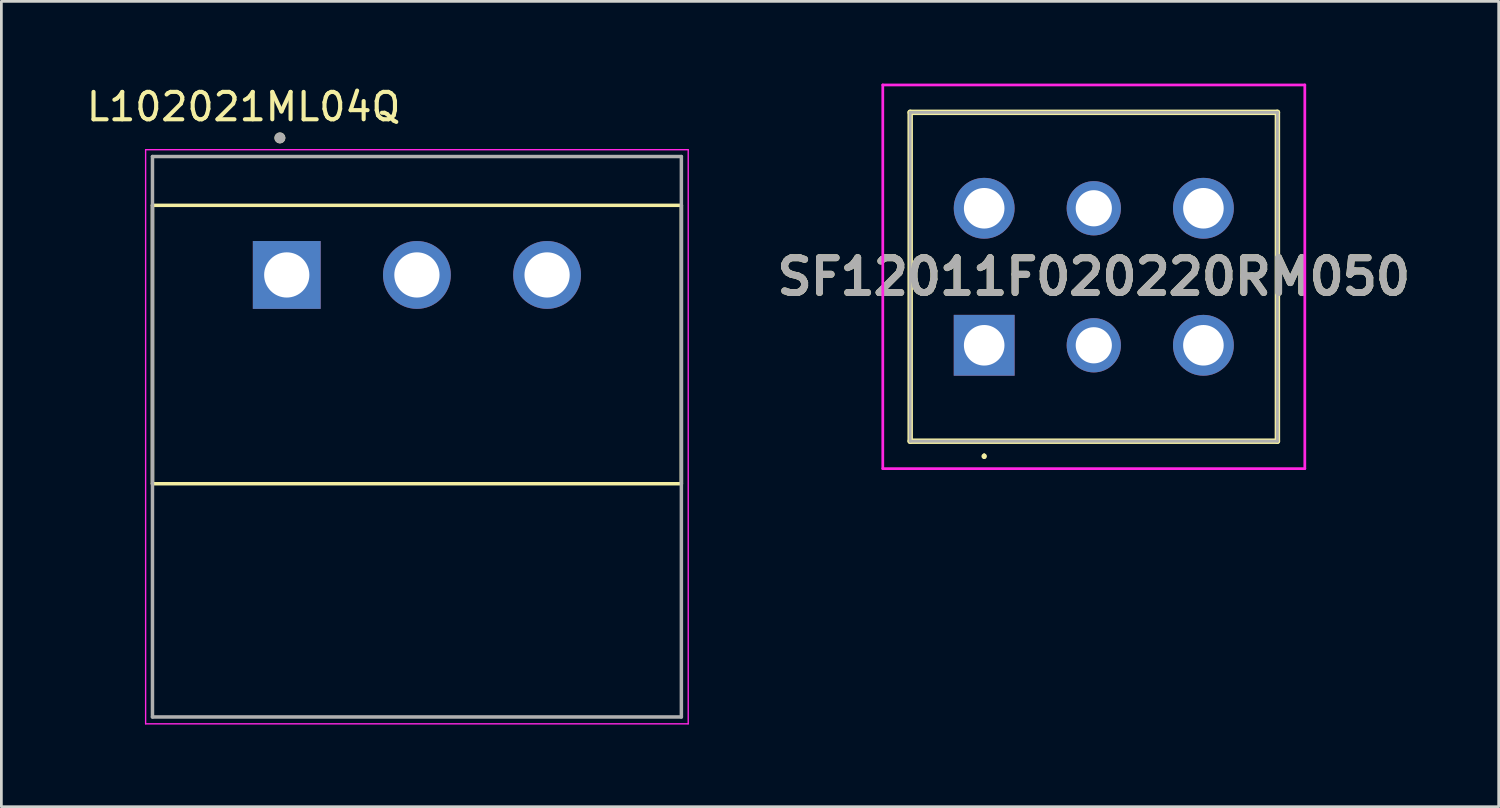
<source format=kicad_pcb>
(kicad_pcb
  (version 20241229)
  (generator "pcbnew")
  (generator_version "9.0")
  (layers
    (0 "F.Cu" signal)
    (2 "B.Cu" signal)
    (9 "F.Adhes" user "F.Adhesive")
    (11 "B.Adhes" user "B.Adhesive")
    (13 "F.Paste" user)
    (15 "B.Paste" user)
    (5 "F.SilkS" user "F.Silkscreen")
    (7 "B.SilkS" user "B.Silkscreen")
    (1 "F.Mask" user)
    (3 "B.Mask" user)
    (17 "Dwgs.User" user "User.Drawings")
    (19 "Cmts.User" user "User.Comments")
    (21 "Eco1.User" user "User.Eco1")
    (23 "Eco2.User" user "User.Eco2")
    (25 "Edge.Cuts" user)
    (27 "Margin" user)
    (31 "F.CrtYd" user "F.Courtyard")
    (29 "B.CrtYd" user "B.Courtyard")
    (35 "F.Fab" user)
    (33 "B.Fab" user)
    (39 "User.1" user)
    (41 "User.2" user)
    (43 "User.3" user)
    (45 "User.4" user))
  (footprint "L102021ML04Q"
    (layer "F.Cu")
    (at 12.164 6.983)
    (property "Reference" "L102021ML04Q" (at -6.325 -6.135 0) (layer "F.SilkS") (effects (font (size 1 1) (thickness 0.15))))
    (attr through_hole)
    (fp_line (start -9.65 -2.54) (end 9.65 -2.54) (stroke (width 0.127) (type solid)) (layer "F.SilkS"))
    (fp_line (start -9.65 7.62) (end -9.65 -2.54) (stroke (width 0.127) (type solid)) (layer "F.SilkS"))
    (fp_line (start 9.65 -2.54) (end 9.65 7.62) (stroke (width 0.127) (type solid)) (layer "F.SilkS"))
    (fp_line (start 9.65 7.62) (end -9.65 7.62) (stroke (width 0.127) (type solid)) (layer "F.SilkS"))
    (fp_circle (center -5 -5) (end -4.9 -5) (stroke (width 0.2) (type solid)) (fill no) (layer "F.SilkS"))
    (fp_line (start -9.9 -4.57) (end -9.9 16.38) (stroke (width 0.05) (type solid)) (layer "F.CrtYd"))
    (fp_line (start -9.9 16.38) (end 9.9 16.38) (stroke (width 0.05) (type solid)) (layer "F.CrtYd"))
    (fp_line (start 9.9 -4.57) (end -9.9 -4.57) (stroke (width 0.05) (type solid)) (layer "F.CrtYd"))
    (fp_line (start 9.9 16.38) (end 9.9 -4.57) (stroke (width 0.05) (type solid)) (layer "F.CrtYd"))
    (fp_line (start -9.65 -4.32) (end 9.65 -4.32) (stroke (width 0.127) (type solid)) (layer "F.Fab"))
    (fp_line (start -9.65 16.13) (end -9.65 -4.32) (stroke (width 0.127) (type solid)) (layer "F.Fab"))
    (fp_line (start 9.65 -4.32) (end 9.65 16.13) (stroke (width 0.127) (type solid)) (layer "F.Fab"))
    (fp_line (start 9.65 16.13) (end -9.65 16.13) (stroke (width 0.127) (type solid)) (layer "F.Fab"))
    (fp_circle (center -5 -5) (end -4.9 -5) (stroke (width 0.2) (type solid)) (fill no) (layer "F.Fab"))
    (pad "1" thru_hole rect (at -4.75 0) (size 2.475 2.475) (drill 1.65) (layers "*.Cu" "*.Mask"))
    (pad "2" thru_hole circle (at 0 0) (size 2.475 2.475) (drill 1.65) (layers "*.Cu" "*.Mask"))
    (pad "3" thru_hole circle (at 4.75 0) (size 2.475 2.475) (drill 1.65) (layers "*.Cu" "*.Mask")))
  (footprint "SF12011F020220RM050"
    (layer "F.Cu")
    (at 32.864 9.55)
    (property "Reference" "SF12011F020220RM050" (at 4 -2.5 0) (layer "F.SilkS") (effects (font (size 1.27 1.27) (thickness 0.254))))
    (attr through_hole)
    (fp_line (start -2.7 -8.5) (end -2.7 3.5) (stroke (width 0.2) (type solid)) (layer "F.SilkS"))
    (fp_line (start -2.7 3.5) (end 10.7 3.5) (stroke (width 0.2) (type solid)) (layer "F.SilkS"))
    (fp_line (start 0 4) (end 0 4) (stroke (width 0.1) (type solid)) (layer "F.SilkS"))
    (fp_line (start 0 4.1) (end 0 4.1) (stroke (width 0.1) (type solid)) (layer "F.SilkS"))
    (fp_line (start 10.7 -8.5) (end -2.7 -8.5) (stroke (width 0.2) (type solid)) (layer "F.SilkS"))
    (fp_line (start 10.7 3.5) (end 10.7 -8.5) (stroke (width 0.2) (type solid)) (layer "F.SilkS"))
    (fp_arc (start 0 4) (mid 0.05 4.05) (end 0 4.1) (stroke (width 0.1) (type solid)) (layer "F.SilkS"))
    (fp_arc (start 0 4.1) (mid -0.05 4.05) (end 0 4) (stroke (width 0.1) (type solid)) (layer "F.SilkS"))
    (fp_line (start -3.7 -9.5) (end -3.7 4.5) (stroke (width 0.1) (type solid)) (layer "F.CrtYd"))
    (fp_line (start -3.7 4.5) (end 11.7 4.5) (stroke (width 0.1) (type solid)) (layer "F.CrtYd"))
    (fp_line (start 11.7 -9.5) (end -3.7 -9.5) (stroke (width 0.1) (type solid)) (layer "F.CrtYd"))
    (fp_line (start 11.7 4.5) (end 11.7 -9.5) (stroke (width 0.1) (type solid)) (layer "F.CrtYd"))
    (fp_line (start -2.7 -8.5) (end -2.7 3.5) (stroke (width 0.1) (type solid)) (layer "F.Fab"))
    (fp_line (start -2.7 3.5) (end 10.7 3.5) (stroke (width 0.1) (type solid)) (layer "F.Fab"))
    (fp_line (start 10.7 -8.5) (end -2.7 -8.5) (stroke (width 0.1) (type solid)) (layer "F.Fab"))
    (fp_line (start 10.7 3.5) (end 10.7 -8.5) (stroke (width 0.1) (type solid)) (layer "F.Fab"))
    (fp_text user "${REFERENCE}" (at 4 -2.5 0) (layer "F.Fab") (effects (font (size 1.27 1.27) (thickness 0.254))))
    (pad "1" thru_hole rect (at 0 0) (size 2.22 2.22) (drill 1.48) (layers "*.Cu" "*.Mask"))
    (pad "2" thru_hole circle (at 4 0) (size 1.98 1.98) (drill 1.32) (layers "*.Cu" "*.Mask"))
    (pad "3" thru_hole circle (at 8 0) (size 2.22 2.22) (drill 1.48) (layers "*.Cu" "*.Mask"))
    (pad "4" thru_hole circle (at 0 -5) (size 2.22 2.22) (drill 1.48) (layers "*.Cu" "*.Mask"))
    (pad "5" thru_hole circle (at 4 -5) (size 1.98 1.98) (drill 1.32) (layers "*.Cu" "*.Mask"))
    (pad "6" thru_hole circle (at 8 -5) (size 2.22 2.22) (drill 1.48) (layers "*.Cu" "*.Mask")))
  (gr_rect
    (start -3 -3)
    (end 51.639 26.388)
    (stroke (width 0.1) (type default))
    (fill no)
    (layer "Edge.Cuts")))
</source>
